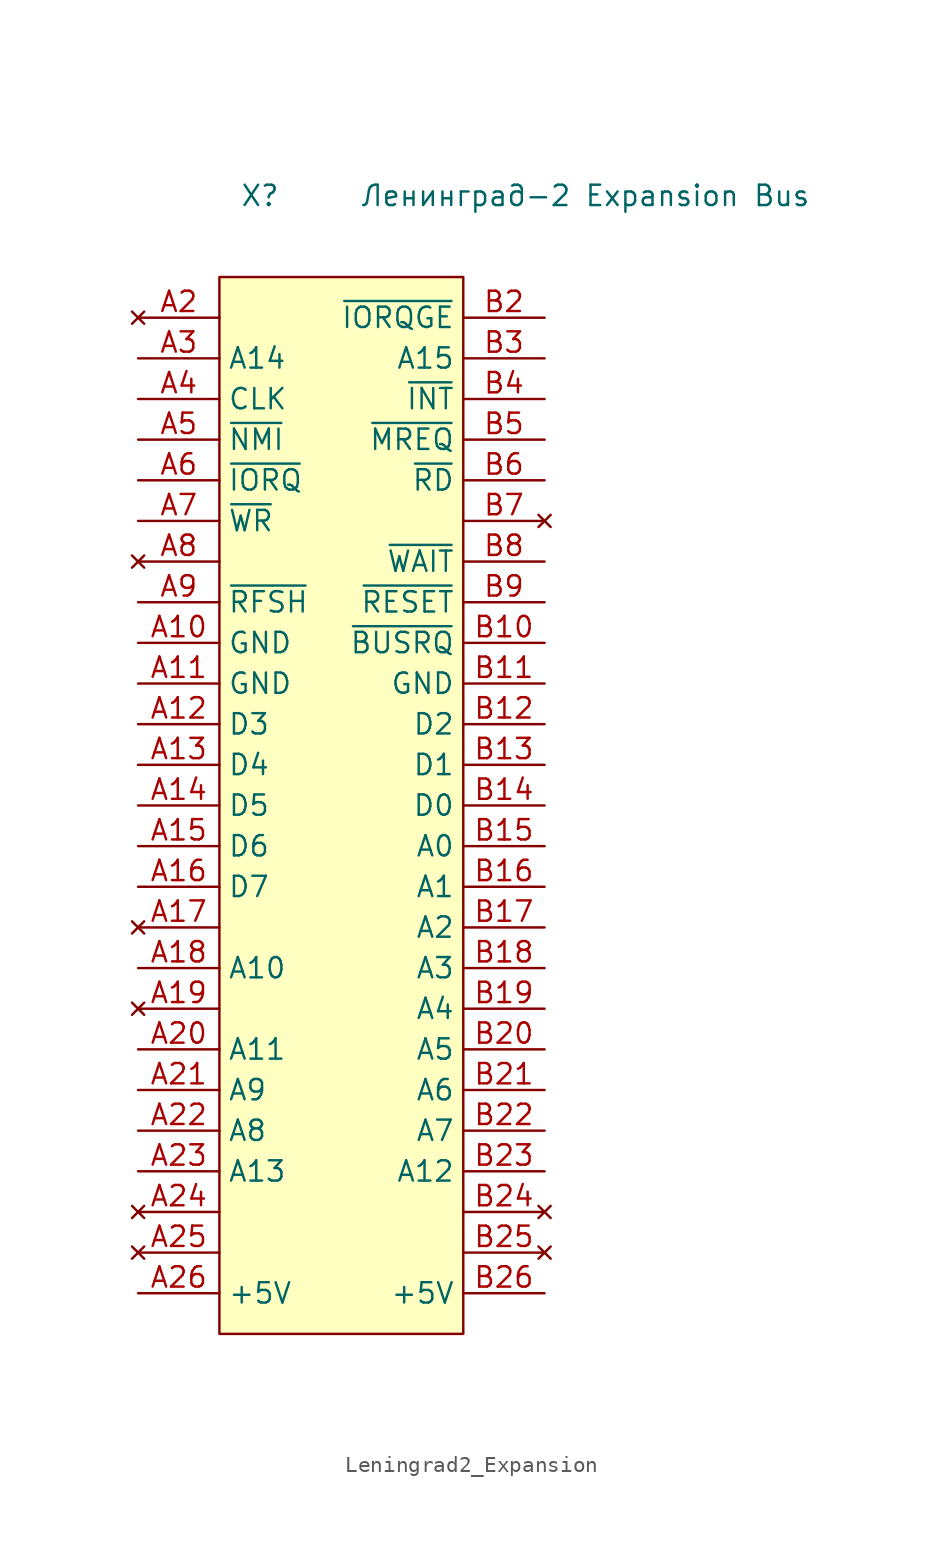
<source format=kicad_sym>
(kicad_symbol_lib
  (version 20241209)
  (generator "kicad_symbol_editor")
  (generator_version "9.0")
  (symbol "Leningrad2_Expansion"
    (property "Reference" "X"
      (at -5.08 -2.54 0)
      (effects (font (size 1.27 1.27))))
    (property "Value" "Ленинград-2 Expansion Bus"
      (at 15.24 -2.54 0)
      (effects (font (size 1.27 1.27))))
    (symbol "Leningrad2_Expansion_1_1"
      (rectangle (start -7.62 -7.62) (end 7.62 -73.66) (stroke (width 0) (type solid)) (fill (type color) (color 255 255 194 1)))
      (pin bidirectional line (at -12.703 -38.1 0) (length 5.083) (name "D4" (effects (font (size 1.27 1.27)))) (number "A13" (effects (font (size 1.27 1.27)))))
      (pin no_connect line (at -12.7 -10.16 0) (length 5.08) (name "" (effects (font (size 1.27 1.27)))) (number "A2" (effects (font (size 1.27 1.27)))))
      (pin output line (at -12.7 -12.7 0) (length 5.08) (name "A14" (effects (font (size 1.27 1.27)))) (number "A3" (effects (font (size 1.27 1.27)))))
      (pin output line (at -12.7 -15.24 0) (length 5.08) (name "CLK" (effects (font (size 1.27 1.27)))) (number "A4" (effects (font (size 1.27 1.27)))))
      (pin input line (at -12.7 -17.78 0) (length 5.08) (name "~{NMI}" (effects (font (size 1.27 1.27)))) (number "A5" (effects (font (size 1.27 1.27)))))
      (pin input line (at -12.7 -20.32 0) (length 5.08) (name "~{IORQ}" (effects (font (size 1.27 1.27)))) (number "A6" (effects (font (size 1.27 1.27)))))
      (pin output line (at -12.7 -22.86 0) (length 5.08) (name "~{WR}" (effects (font (size 1.27 1.27)))) (number "A7" (effects (font (size 1.27 1.27)))))
      (pin no_connect line (at -12.7 -25.4 0) (length 5.08) (name "" (effects (font (size 1.27 1.27)))) (number "A8" (effects (font (size 1.27 1.27)))))
      (pin output line (at -12.7 -27.94 0) (length 5.08) (name "~{RFSH}" (effects (font (size 1.27 1.27)))) (number "A9" (effects (font (size 1.27 1.27)))))
      (pin power_out line (at -12.7 -30.48 0) (length 5.08) (name "GND" (effects (font (size 1.27 1.27)))) (number "A10" (effects (font (size 1.27 1.27)))))
      (pin power_out line (at -12.7 -33.02 0) (length 5.08) (name "GND" (effects (font (size 1.27 1.27)))) (number "A11" (effects (font (size 1.27 1.27)))))
      (pin bidirectional line (at -12.7 -35.56 0) (length 5.08) (name "D3" (effects (font (size 1.27 1.27)))) (number "A12" (effects (font (size 1.27 1.27)))))
      (pin bidirectional line (at -12.7 -40.64 0) (length 5.08) (name "D5" (effects (font (size 1.27 1.27)))) (number "A14" (effects (font (size 1.27 1.27)))))
      (pin bidirectional line (at -12.7 -43.18 0) (length 5.08) (name "D6" (effects (font (size 1.27 1.27)))) (number "A15" (effects (font (size 1.27 1.27)))))
      (pin bidirectional line (at -12.7 -45.72 0) (length 5.08) (name "D7" (effects (font (size 1.27 1.27)))) (number "A16" (effects (font (size 1.27 1.27)))))
      (pin no_connect line (at -12.7 -48.26 0) (length 5.08) (name "" (effects (font (size 1.27 1.27)))) (number "A17" (effects (font (size 1.27 1.27)))))
      (pin output line (at -12.7 -50.8 0) (length 5.08) (name "A10" (effects (font (size 1.27 1.27)))) (number "A18" (effects (font (size 1.27 1.27)))))
      (pin no_connect line (at -12.7 -53.34 0) (length 5.08) (name "" (effects (font (size 1.27 1.27)))) (number "A19" (effects (font (size 1.27 1.27)))))
      (pin output line (at -12.7 -55.88 0) (length 5.08) (name "A11" (effects (font (size 1.27 1.27)))) (number "A20" (effects (font (size 1.27 1.27)))))
      (pin output line (at -12.7 -58.42 0) (length 5.08) (name "A9" (effects (font (size 1.27 1.27)))) (number "A21" (effects (font (size 1.27 1.27)))))
      (pin output line (at -12.7 -60.96 0) (length 5.08) (name "A8" (effects (font (size 1.27 1.27)))) (number "A22" (effects (font (size 1.27 1.27)))))
      (pin output line (at -12.7 -63.5 0) (length 5.08) (name "A13" (effects (font (size 1.27 1.27)))) (number "A23" (effects (font (size 1.27 1.27)))))
      (pin no_connect line (at -12.7 -66.04 0) (length 5.08) (name "" (effects (font (size 1.27 1.27)))) (number "A24" (effects (font (size 1.27 1.27)))))
      (pin no_connect line (at -12.7 -68.58 0) (length 5.08) (name "" (effects (font (size 1.27 1.27)))) (number "A25" (effects (font (size 1.27 1.27)))))
      (pin power_out line (at -12.7 -71.12 0) (length 5.08) (name "+5V" (effects (font (size 1.27 1.27)))) (number "A26" (effects (font (size 1.27 1.27)))))
      (pin output line (at 12.7 -10.16 180) (length 5.08) (name "~{IORQGE}" (effects (font (size 1.27 1.27)))) (number "B2" (effects (font (size 1.27 1.27)))))
      (pin output line (at 12.7 -12.7 180) (length 5.08) (name "A15" (effects (font (size 1.27 1.27)))) (number "B3" (effects (font (size 1.27 1.27)))))
      (pin input line (at 12.7 -15.24 180) (length 5.08) (name "~{INT}" (effects (font (size 1.27 1.27)))) (number "B4" (effects (font (size 1.27 1.27)))))
      (pin output line (at 12.7 -17.78 180) (length 5.08) (name "~{MREQ}" (effects (font (size 1.27 1.27)))) (number "B5" (effects (font (size 1.27 1.27)))))
      (pin output line (at 12.7 -20.32 180) (length 5.08) (name "~{RD}" (effects (font (size 1.27 1.27)))) (number "B6" (effects (font (size 1.27 1.27)))))
      (pin no_connect line (at 12.7 -22.86 180) (length 5.08) (name "" (effects (font (size 1.27 1.27)))) (number "B7" (effects (font (size 1.27 1.27)))))
      (pin input line (at 12.7 -25.4 180) (length 5.08) (name "~{WAIT}" (effects (font (size 1.27 1.27)))) (number "B8" (effects (font (size 1.27 1.27)))))
      (pin input line (at 12.7 -27.94 180) (length 5.08) (name "~{RESET}" (effects (font (size 1.27 1.27)))) (number "B9" (effects (font (size 1.27 1.27)))))
      (pin input line (at 12.7 -30.48 180) (length 5.08) (name "~{BUSRQ}" (effects (font (size 1.27 1.27)))) (number "B10" (effects (font (size 1.27 1.27)))))
      (pin power_out line (at 12.7 -33.02 180) (length 5.08) (name "GND" (effects (font (size 1.27 1.27)))) (number "B11" (effects (font (size 1.27 1.27)))))
      (pin bidirectional line (at 12.7 -35.56 180) (length 5.08) (name "D2" (effects (font (size 1.27 1.27)))) (number "B12" (effects (font (size 1.27 1.27)))))
      (pin bidirectional line (at 12.7 -38.1 180) (length 5.08) (name "D1" (effects (font (size 1.27 1.27)))) (number "B13" (effects (font (size 1.27 1.27)))))
      (pin bidirectional line (at 12.7 -40.64 180) (length 5.08) (name "D0" (effects (font (size 1.27 1.27)))) (number "B14" (effects (font (size 1.27 1.27)))))
      (pin output line (at 12.7 -43.18 180) (length 5.08) (name "A0" (effects (font (size 1.27 1.27)))) (number "B15" (effects (font (size 1.27 1.27)))))
      (pin output line (at 12.7 -45.72 180) (length 5.08) (name "A1" (effects (font (size 1.27 1.27)))) (number "B16" (effects (font (size 1.27 1.27)))))
      (pin output line (at 12.7 -48.26 180) (length 5.08) (name "A2" (effects (font (size 1.27 1.27)))) (number "B17" (effects (font (size 1.27 1.27)))))
      (pin output line (at 12.7 -50.8 180) (length 5.08) (name "A3" (effects (font (size 1.27 1.27)))) (number "B18" (effects (font (size 1.27 1.27)))))
      (pin output line (at 12.7 -53.34 180) (length 5.08) (name "A4" (effects (font (size 1.27 1.27)))) (number "B19" (effects (font (size 1.27 1.27)))))
      (pin output line (at 12.7 -55.88 180) (length 5.08) (name "A5" (effects (font (size 1.27 1.27)))) (number "B20" (effects (font (size 1.27 1.27)))))
      (pin output line (at 12.7 -58.42 180) (length 5.08) (name "A6" (effects (font (size 1.27 1.27)))) (number "B21" (effects (font (size 1.27 1.27)))))
      (pin output line (at 12.7 -60.96 180) (length 5.08) (name "A7" (effects (font (size 1.27 1.27)))) (number "B22" (effects (font (size 1.27 1.27)))))
      (pin output line (at 12.7 -63.5 180) (length 5.08) (name "A12" (effects (font (size 1.27 1.27)))) (number "B23" (effects (font (size 1.27 1.27)))))
      (pin no_connect line (at 12.7 -66.04 180) (length 5.08) (name "" (effects (font (size 1.27 1.27)))) (number "B24" (effects (font (size 1.27 1.27)))))
      (pin no_connect line (at 12.7 -68.58 180) (length 5.08) (name "" (effects (font (size 1.27 1.27)))) (number "B25" (effects (font (size 1.27 1.27)))))
      (pin power_out line (at 12.7 -71.12 180) (length 5.08) (name "+5V" (effects (font (size 1.27 1.27)))) (number "B26" (effects (font (size 1.27 1.27))))))))
</source>
